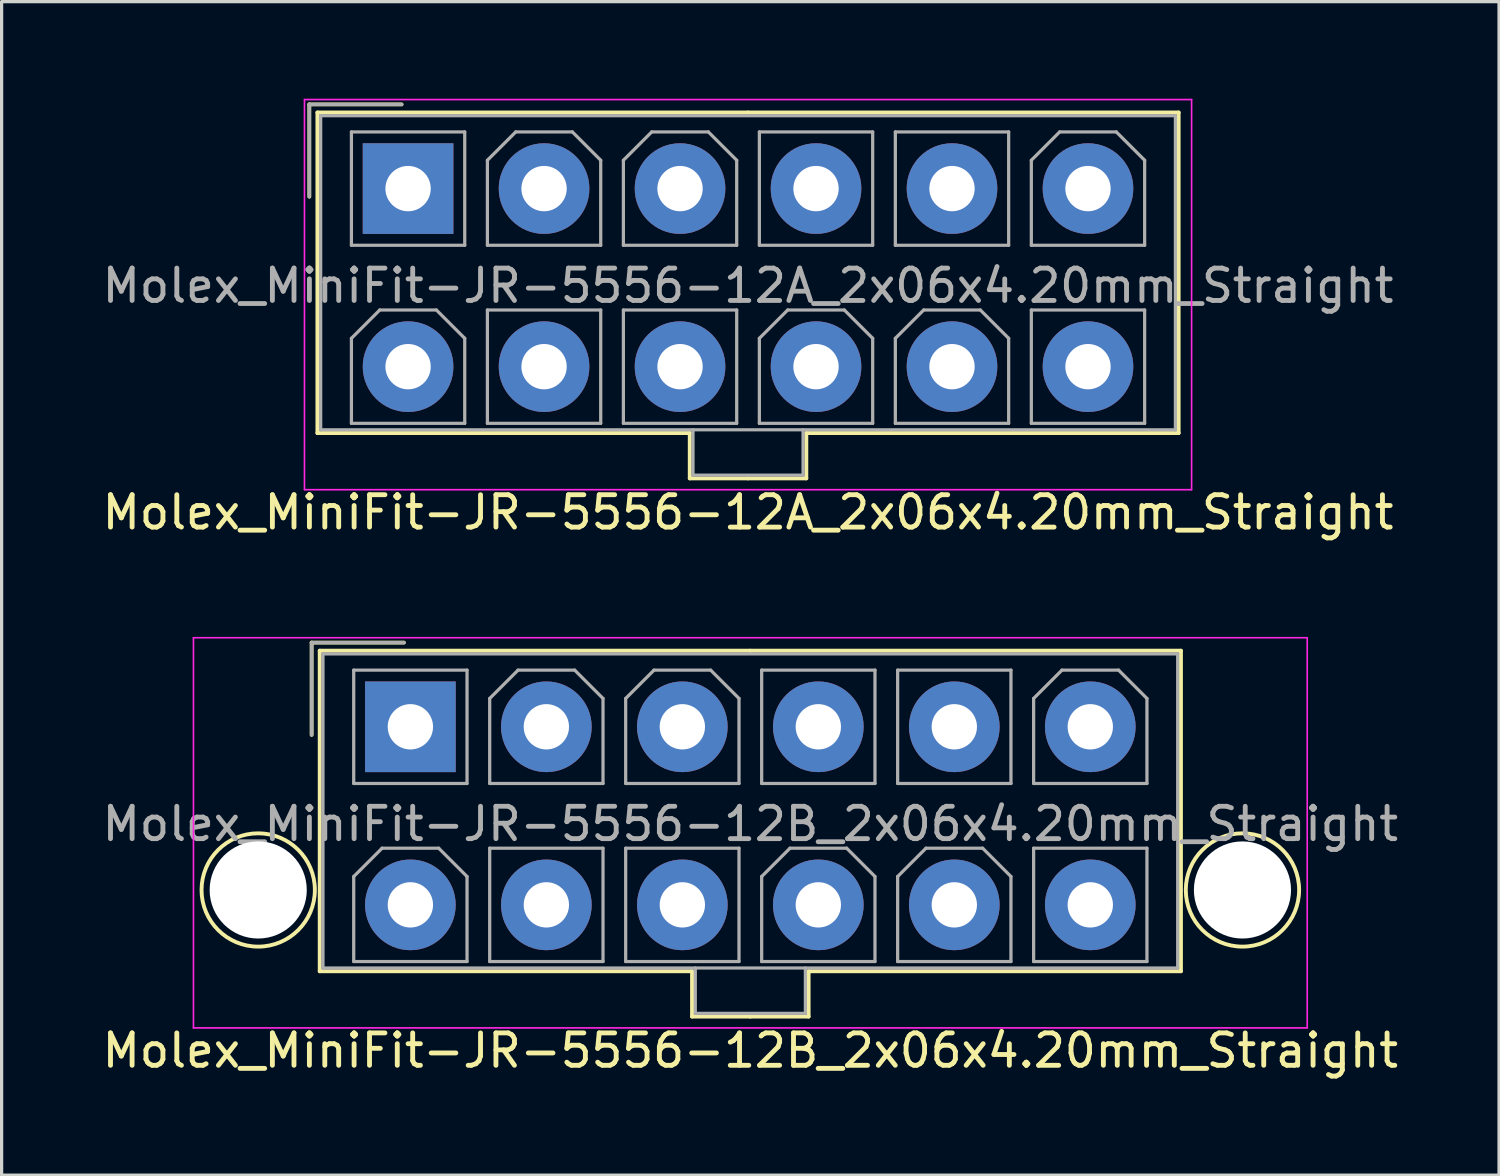
<source format=kicad_pcb>
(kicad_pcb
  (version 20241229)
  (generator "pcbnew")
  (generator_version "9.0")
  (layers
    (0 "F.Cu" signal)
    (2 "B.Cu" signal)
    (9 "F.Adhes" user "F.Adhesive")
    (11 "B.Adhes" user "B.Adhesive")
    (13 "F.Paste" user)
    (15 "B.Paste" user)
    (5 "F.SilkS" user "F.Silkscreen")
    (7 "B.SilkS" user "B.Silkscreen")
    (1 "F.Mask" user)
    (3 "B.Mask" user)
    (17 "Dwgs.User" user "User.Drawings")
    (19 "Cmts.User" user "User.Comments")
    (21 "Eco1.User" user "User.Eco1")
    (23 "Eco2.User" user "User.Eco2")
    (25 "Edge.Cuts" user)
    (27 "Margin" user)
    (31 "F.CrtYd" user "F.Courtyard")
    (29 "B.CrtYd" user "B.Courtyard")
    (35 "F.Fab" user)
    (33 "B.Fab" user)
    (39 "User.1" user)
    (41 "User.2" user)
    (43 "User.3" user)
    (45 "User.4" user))
  (footprint "Molex_MiniFit-JR-5556-12A_2x06x4.20mm_Straight"
    (layer "F.Cu")
    (at 9.554 2.775)
    (property "Reference" "Molex_MiniFit-JR-5556-12A_2x06x4.20mm_Straight" (at 10.5 10 0) (layer "F.SilkS") (effects (font (size 1 1) (thickness 0.15))))
    (attr through_hole)
    (fp_line (start -3.05 -2.6) (end -3.05 0.25) (stroke (width 0.12) (type solid)) (layer "F.SilkS"))
    (fp_line (start -2.8 -2.35) (end -2.8 7.55) (stroke (width 0.12) (type solid)) (layer "F.SilkS"))
    (fp_line (start -2.8 7.55) (end 8.7 7.55) (stroke (width 0.12) (type solid)) (layer "F.SilkS"))
    (fp_line (start -0.2 -2.6) (end -3.05 -2.6) (stroke (width 0.12) (type solid)) (layer "F.SilkS"))
    (fp_line (start 8.7 7.55) (end 8.7 8.95) (stroke (width 0.12) (type solid)) (layer "F.SilkS"))
    (fp_line (start 8.7 8.95) (end 10.5 8.95) (stroke (width 0.12) (type solid)) (layer "F.SilkS"))
    (fp_line (start 10.5 -2.35) (end -2.8 -2.35) (stroke (width 0.12) (type solid)) (layer "F.SilkS"))
    (fp_line (start 10.5 -2.35) (end 23.8 -2.35) (stroke (width 0.12) (type solid)) (layer "F.SilkS"))
    (fp_line (start 12.3 7.55) (end 12.3 8.95) (stroke (width 0.12) (type solid)) (layer "F.SilkS"))
    (fp_line (start 12.3 8.95) (end 10.5 8.95) (stroke (width 0.12) (type solid)) (layer "F.SilkS"))
    (fp_line (start 23.8 -2.35) (end 23.8 7.55) (stroke (width 0.12) (type solid)) (layer "F.SilkS"))
    (fp_line (start 23.8 7.55) (end 12.3 7.55) (stroke (width 0.12) (type solid)) (layer "F.SilkS"))
    (fp_line (start -3.2 -2.75) (end -3.2 9.3) (stroke (width 0.05) (type solid)) (layer "F.CrtYd"))
    (fp_line (start -3.2 9.3) (end 24.2 9.3) (stroke (width 0.05) (type solid)) (layer "F.CrtYd"))
    (fp_line (start 24.2 -2.75) (end -3.2 -2.75) (stroke (width 0.05) (type solid)) (layer "F.CrtYd"))
    (fp_line (start 24.2 9.3) (end 24.2 -2.75) (stroke (width 0.05) (type solid)) (layer "F.CrtYd"))
    (fp_line (start -3.05 -2.6) (end -3.05 0.25) (stroke (width 0.1) (type solid)) (layer "F.Fab"))
    (fp_line (start -2.7 -2.25) (end -2.7 7.45) (stroke (width 0.1) (type solid)) (layer "F.Fab"))
    (fp_line (start -2.7 7.45) (end 23.7 7.45) (stroke (width 0.1) (type solid)) (layer "F.Fab"))
    (fp_line (start -1.75 -1.75) (end -1.75 1.75) (stroke (width 0.1) (type solid)) (layer "F.Fab"))
    (fp_line (start -1.75 1.75) (end 1.75 1.75) (stroke (width 0.1) (type solid)) (layer "F.Fab"))
    (fp_line (start -1.75 4.625) (end -0.875 3.75) (stroke (width 0.1) (type solid)) (layer "F.Fab"))
    (fp_line (start -1.75 7.25) (end -1.75 4.625) (stroke (width 0.1) (type solid)) (layer "F.Fab"))
    (fp_line (start -0.875 3.75) (end 0.875 3.75) (stroke (width 0.1) (type solid)) (layer "F.Fab"))
    (fp_line (start -0.2 -2.6) (end -3.05 -2.6) (stroke (width 0.1) (type solid)) (layer "F.Fab"))
    (fp_line (start 0.875 3.75) (end 1.75 4.625) (stroke (width 0.1) (type solid)) (layer "F.Fab"))
    (fp_line (start 1.75 -1.75) (end -1.75 -1.75) (stroke (width 0.1) (type solid)) (layer "F.Fab"))
    (fp_line (start 1.75 1.75) (end 1.75 -1.75) (stroke (width 0.1) (type solid)) (layer "F.Fab"))
    (fp_line (start 1.75 4.625) (end 1.75 7.25) (stroke (width 0.1) (type solid)) (layer "F.Fab"))
    (fp_line (start 1.75 7.25) (end -1.75 7.25) (stroke (width 0.1) (type solid)) (layer "F.Fab"))
    (fp_line (start 2.45 -0.875) (end 3.325 -1.75) (stroke (width 0.1) (type solid)) (layer "F.Fab"))
    (fp_line (start 2.45 1.75) (end 2.45 -0.875) (stroke (width 0.1) (type solid)) (layer "F.Fab"))
    (fp_line (start 2.45 3.75) (end 2.45 7.25) (stroke (width 0.1) (type solid)) (layer "F.Fab"))
    (fp_line (start 2.45 7.25) (end 5.95 7.25) (stroke (width 0.1) (type solid)) (layer "F.Fab"))
    (fp_line (start 3.325 -1.75) (end 5.075 -1.75) (stroke (width 0.1) (type solid)) (layer "F.Fab"))
    (fp_line (start 5.075 -1.75) (end 5.95 -0.875) (stroke (width 0.1) (type solid)) (layer "F.Fab"))
    (fp_line (start 5.95 -0.875) (end 5.95 1.75) (stroke (width 0.1) (type solid)) (layer "F.Fab"))
    (fp_line (start 5.95 1.75) (end 2.45 1.75) (stroke (width 0.1) (type solid)) (layer "F.Fab"))
    (fp_line (start 5.95 3.75) (end 2.45 3.75) (stroke (width 0.1) (type solid)) (layer "F.Fab"))
    (fp_line (start 5.95 7.25) (end 5.95 3.75) (stroke (width 0.1) (type solid)) (layer "F.Fab"))
    (fp_line (start 6.65 -0.875) (end 7.525 -1.75) (stroke (width 0.1) (type solid)) (layer "F.Fab"))
    (fp_line (start 6.65 1.75) (end 6.65 -0.875) (stroke (width 0.1) (type solid)) (layer "F.Fab"))
    (fp_line (start 6.65 3.75) (end 6.65 7.25) (stroke (width 0.1) (type solid)) (layer "F.Fab"))
    (fp_line (start 6.65 7.25) (end 10.15 7.25) (stroke (width 0.1) (type solid)) (layer "F.Fab"))
    (fp_line (start 7.525 -1.75) (end 9.275 -1.75) (stroke (width 0.1) (type solid)) (layer "F.Fab"))
    (fp_line (start 8.8 7.45) (end 8.8 8.85) (stroke (width 0.1) (type solid)) (layer "F.Fab"))
    (fp_line (start 8.8 8.85) (end 12.2 8.85) (stroke (width 0.1) (type solid)) (layer "F.Fab"))
    (fp_line (start 9.275 -1.75) (end 10.15 -0.875) (stroke (width 0.1) (type solid)) (layer "F.Fab"))
    (fp_line (start 10.15 -0.875) (end 10.15 1.75) (stroke (width 0.1) (type solid)) (layer "F.Fab"))
    (fp_line (start 10.15 1.75) (end 6.65 1.75) (stroke (width 0.1) (type solid)) (layer "F.Fab"))
    (fp_line (start 10.15 3.75) (end 6.65 3.75) (stroke (width 0.1) (type solid)) (layer "F.Fab"))
    (fp_line (start 10.15 7.25) (end 10.15 3.75) (stroke (width 0.1) (type solid)) (layer "F.Fab"))
    (fp_line (start 10.85 -1.75) (end 10.85 1.75) (stroke (width 0.1) (type solid)) (layer "F.Fab"))
    (fp_line (start 10.85 1.75) (end 14.35 1.75) (stroke (width 0.1) (type solid)) (layer "F.Fab"))
    (fp_line (start 10.85 4.625) (end 11.725 3.75) (stroke (width 0.1) (type solid)) (layer "F.Fab"))
    (fp_line (start 10.85 7.25) (end 10.85 4.625) (stroke (width 0.1) (type solid)) (layer "F.Fab"))
    (fp_line (start 11.725 3.75) (end 13.475 3.75) (stroke (width 0.1) (type solid)) (layer "F.Fab"))
    (fp_line (start 12.2 8.85) (end 12.2 7.45) (stroke (width 0.1) (type solid)) (layer "F.Fab"))
    (fp_line (start 13.475 3.75) (end 14.35 4.625) (stroke (width 0.1) (type solid)) (layer "F.Fab"))
    (fp_line (start 14.35 -1.75) (end 10.85 -1.75) (stroke (width 0.1) (type solid)) (layer "F.Fab"))
    (fp_line (start 14.35 1.75) (end 14.35 -1.75) (stroke (width 0.1) (type solid)) (layer "F.Fab"))
    (fp_line (start 14.35 4.625) (end 14.35 7.25) (stroke (width 0.1) (type solid)) (layer "F.Fab"))
    (fp_line (start 14.35 7.25) (end 10.85 7.25) (stroke (width 0.1) (type solid)) (layer "F.Fab"))
    (fp_line (start 15.05 -1.75) (end 15.05 1.75) (stroke (width 0.1) (type solid)) (layer "F.Fab"))
    (fp_line (start 15.05 1.75) (end 18.55 1.75) (stroke (width 0.1) (type solid)) (layer "F.Fab"))
    (fp_line (start 15.05 4.625) (end 15.925 3.75) (stroke (width 0.1) (type solid)) (layer "F.Fab"))
    (fp_line (start 15.05 7.25) (end 15.05 4.625) (stroke (width 0.1) (type solid)) (layer "F.Fab"))
    (fp_line (start 15.925 3.75) (end 17.675 3.75) (stroke (width 0.1) (type solid)) (layer "F.Fab"))
    (fp_line (start 17.675 3.75) (end 18.55 4.625) (stroke (width 0.1) (type solid)) (layer "F.Fab"))
    (fp_line (start 18.55 -1.75) (end 15.05 -1.75) (stroke (width 0.1) (type solid)) (layer "F.Fab"))
    (fp_line (start 18.55 1.75) (end 18.55 -1.75) (stroke (width 0.1) (type solid)) (layer "F.Fab"))
    (fp_line (start 18.55 4.625) (end 18.55 7.25) (stroke (width 0.1) (type solid)) (layer "F.Fab"))
    (fp_line (start 18.55 7.25) (end 15.05 7.25) (stroke (width 0.1) (type solid)) (layer "F.Fab"))
    (fp_line (start 19.25 -0.875) (end 20.125 -1.75) (stroke (width 0.1) (type solid)) (layer "F.Fab"))
    (fp_line (start 19.25 1.75) (end 19.25 -0.875) (stroke (width 0.1) (type solid)) (layer "F.Fab"))
    (fp_line (start 19.25 3.75) (end 19.25 7.25) (stroke (width 0.1) (type solid)) (layer "F.Fab"))
    (fp_line (start 19.25 7.25) (end 22.75 7.25) (stroke (width 0.1) (type solid)) (layer "F.Fab"))
    (fp_line (start 20.125 -1.75) (end 21.875 -1.75) (stroke (width 0.1) (type solid)) (layer "F.Fab"))
    (fp_line (start 21.875 -1.75) (end 22.75 -0.875) (stroke (width 0.1) (type solid)) (layer "F.Fab"))
    (fp_line (start 22.75 -0.875) (end 22.75 1.75) (stroke (width 0.1) (type solid)) (layer "F.Fab"))
    (fp_line (start 22.75 1.75) (end 19.25 1.75) (stroke (width 0.1) (type solid)) (layer "F.Fab"))
    (fp_line (start 22.75 3.75) (end 19.25 3.75) (stroke (width 0.1) (type solid)) (layer "F.Fab"))
    (fp_line (start 22.75 7.25) (end 22.75 3.75) (stroke (width 0.1) (type solid)) (layer "F.Fab"))
    (fp_line (start 23.7 -2.25) (end -2.7 -2.25) (stroke (width 0.1) (type solid)) (layer "F.Fab"))
    (fp_line (start 23.7 7.45) (end 23.7 -2.25) (stroke (width 0.1) (type solid)) (layer "F.Fab"))
    (fp_text user "${REFERENCE}" (at 10.5 3 0) (layer "F.Fab") (effects (font (size 1 1) (thickness 0.15))))
    (pad "1" thru_hole rect (at 0 0) (size 2.8 2.8) (drill 1.4) (layers "*.Cu" "*.Mask"))
    (pad "2" thru_hole circle (at 4.2 0) (size 2.8 2.8) (drill 1.4) (layers "*.Cu" "*.Mask"))
    (pad "3" thru_hole circle (at 8.4 0) (size 2.8 2.8) (drill 1.4) (layers "*.Cu" "*.Mask"))
    (pad "4" thru_hole circle (at 12.6 0) (size 2.8 2.8) (drill 1.4) (layers "*.Cu" "*.Mask"))
    (pad "5" thru_hole circle (at 16.8 0) (size 2.8 2.8) (drill 1.4) (layers "*.Cu" "*.Mask"))
    (pad "6" thru_hole circle (at 21 0) (size 2.8 2.8) (drill 1.4) (layers "*.Cu" "*.Mask"))
    (pad "7" thru_hole circle (at 0 5.5) (size 2.8 2.8) (drill 1.4) (layers "*.Cu" "*.Mask"))
    (pad "8" thru_hole circle (at 4.2 5.5) (size 2.8 2.8) (drill 1.4) (layers "*.Cu" "*.Mask"))
    (pad "9" thru_hole circle (at 8.4 5.5) (size 2.8 2.8) (drill 1.4) (layers "*.Cu" "*.Mask"))
    (pad "10" thru_hole circle (at 12.6 5.5) (size 2.8 2.8) (drill 1.4) (layers "*.Cu" "*.Mask"))
    (pad "11" thru_hole circle (at 16.8 5.5) (size 2.8 2.8) (drill 1.4) (layers "*.Cu" "*.Mask"))
    (pad "12" thru_hole circle (at 21 5.5) (size 2.8 2.8) (drill 1.4) (layers "*.Cu" "*.Mask")))
  (footprint "Molex_MiniFit-JR-5556-12B_2x06x4.20mm_Straight"
    (layer "F.Cu")
    (at 9.625 19.398)
    (property "Reference" "Molex_MiniFit-JR-5556-12B_2x06x4.20mm_Straight" (at 10.5 10 0) (layer "F.SilkS") (effects (font (size 1 1) (thickness 0.15))))
    (attr through_hole)
    (fp_line (start -3.05 -2.6) (end -3.05 0.25) (stroke (width 0.12) (type solid)) (layer "F.SilkS"))
    (fp_line (start -2.8 -2.35) (end -2.8 7.55) (stroke (width 0.12) (type solid)) (layer "F.SilkS"))
    (fp_line (start -2.8 7.55) (end 8.7 7.55) (stroke (width 0.12) (type solid)) (layer "F.SilkS"))
    (fp_line (start -0.2 -2.6) (end -3.05 -2.6) (stroke (width 0.12) (type solid)) (layer "F.SilkS"))
    (fp_line (start 8.7 7.55) (end 8.7 8.95) (stroke (width 0.12) (type solid)) (layer "F.SilkS"))
    (fp_line (start 8.7 8.95) (end 10.5 8.95) (stroke (width 0.12) (type solid)) (layer "F.SilkS"))
    (fp_line (start 10.5 -2.35) (end -2.8 -2.35) (stroke (width 0.12) (type solid)) (layer "F.SilkS"))
    (fp_line (start 10.5 -2.35) (end 23.8 -2.35) (stroke (width 0.12) (type solid)) (layer "F.SilkS"))
    (fp_line (start 12.3 7.55) (end 12.3 8.95) (stroke (width 0.12) (type solid)) (layer "F.SilkS"))
    (fp_line (start 12.3 8.95) (end 10.5 8.95) (stroke (width 0.12) (type solid)) (layer "F.SilkS"))
    (fp_line (start 23.8 -2.35) (end 23.8 7.55) (stroke (width 0.12) (type solid)) (layer "F.SilkS"))
    (fp_line (start 23.8 7.55) (end 12.3 7.55) (stroke (width 0.12) (type solid)) (layer "F.SilkS"))
    (fp_circle (center -4.7 5.04) (end -2.95 5.04) (stroke (width 0.12) (type solid)) (fill no) (layer "F.SilkS"))
    (fp_circle (center 25.7 5.04) (end 27.45 5.04) (stroke (width 0.12) (type solid)) (fill no) (layer "F.SilkS"))
    (fp_line (start -6.7 -2.75) (end -6.7 9.3) (stroke (width 0.05) (type solid)) (layer "F.CrtYd"))
    (fp_line (start -6.7 9.3) (end 27.7 9.3) (stroke (width 0.05) (type solid)) (layer "F.CrtYd"))
    (fp_line (start 27.7 -2.75) (end -6.7 -2.75) (stroke (width 0.05) (type solid)) (layer "F.CrtYd"))
    (fp_line (start 27.7 9.3) (end 27.7 -2.75) (stroke (width 0.05) (type solid)) (layer "F.CrtYd"))
    (fp_line (start -3.05 -2.6) (end -3.05 0.25) (stroke (width 0.1) (type solid)) (layer "F.Fab"))
    (fp_line (start -2.7 -2.25) (end -2.7 7.45) (stroke (width 0.1) (type solid)) (layer "F.Fab"))
    (fp_line (start -2.7 7.45) (end 23.7 7.45) (stroke (width 0.1) (type solid)) (layer "F.Fab"))
    (fp_line (start -1.75 -1.75) (end -1.75 1.75) (stroke (width 0.1) (type solid)) (layer "F.Fab"))
    (fp_line (start -1.75 1.75) (end 1.75 1.75) (stroke (width 0.1) (type solid)) (layer "F.Fab"))
    (fp_line (start -1.75 4.625) (end -0.875 3.75) (stroke (width 0.1) (type solid)) (layer "F.Fab"))
    (fp_line (start -1.75 7.25) (end -1.75 4.625) (stroke (width 0.1) (type solid)) (layer "F.Fab"))
    (fp_line (start -0.875 3.75) (end 0.875 3.75) (stroke (width 0.1) (type solid)) (layer "F.Fab"))
    (fp_line (start -0.2 -2.6) (end -3.05 -2.6) (stroke (width 0.1) (type solid)) (layer "F.Fab"))
    (fp_line (start 0.875 3.75) (end 1.75 4.625) (stroke (width 0.1) (type solid)) (layer "F.Fab"))
    (fp_line (start 1.75 -1.75) (end -1.75 -1.75) (stroke (width 0.1) (type solid)) (layer "F.Fab"))
    (fp_line (start 1.75 1.75) (end 1.75 -1.75) (stroke (width 0.1) (type solid)) (layer "F.Fab"))
    (fp_line (start 1.75 4.625) (end 1.75 7.25) (stroke (width 0.1) (type solid)) (layer "F.Fab"))
    (fp_line (start 1.75 7.25) (end -1.75 7.25) (stroke (width 0.1) (type solid)) (layer "F.Fab"))
    (fp_line (start 2.45 -0.875) (end 3.325 -1.75) (stroke (width 0.1) (type solid)) (layer "F.Fab"))
    (fp_line (start 2.45 1.75) (end 2.45 -0.875) (stroke (width 0.1) (type solid)) (layer "F.Fab"))
    (fp_line (start 2.45 3.75) (end 2.45 7.25) (stroke (width 0.1) (type solid)) (layer "F.Fab"))
    (fp_line (start 2.45 7.25) (end 5.95 7.25) (stroke (width 0.1) (type solid)) (layer "F.Fab"))
    (fp_line (start 3.325 -1.75) (end 5.075 -1.75) (stroke (width 0.1) (type solid)) (layer "F.Fab"))
    (fp_line (start 5.075 -1.75) (end 5.95 -0.875) (stroke (width 0.1) (type solid)) (layer "F.Fab"))
    (fp_line (start 5.95 -0.875) (end 5.95 1.75) (stroke (width 0.1) (type solid)) (layer "F.Fab"))
    (fp_line (start 5.95 1.75) (end 2.45 1.75) (stroke (width 0.1) (type solid)) (layer "F.Fab"))
    (fp_line (start 5.95 3.75) (end 2.45 3.75) (stroke (width 0.1) (type solid)) (layer "F.Fab"))
    (fp_line (start 5.95 7.25) (end 5.95 3.75) (stroke (width 0.1) (type solid)) (layer "F.Fab"))
    (fp_line (start 6.65 -0.875) (end 7.525 -1.75) (stroke (width 0.1) (type solid)) (layer "F.Fab"))
    (fp_line (start 6.65 1.75) (end 6.65 -0.875) (stroke (width 0.1) (type solid)) (layer "F.Fab"))
    (fp_line (start 6.65 3.75) (end 6.65 7.25) (stroke (width 0.1) (type solid)) (layer "F.Fab"))
    (fp_line (start 6.65 7.25) (end 10.15 7.25) (stroke (width 0.1) (type solid)) (layer "F.Fab"))
    (fp_line (start 7.525 -1.75) (end 9.275 -1.75) (stroke (width 0.1) (type solid)) (layer "F.Fab"))
    (fp_line (start 8.8 7.45) (end 8.8 8.85) (stroke (width 0.1) (type solid)) (layer "F.Fab"))
    (fp_line (start 8.8 8.85) (end 12.2 8.85) (stroke (width 0.1) (type solid)) (layer "F.Fab"))
    (fp_line (start 9.275 -1.75) (end 10.15 -0.875) (stroke (width 0.1) (type solid)) (layer "F.Fab"))
    (fp_line (start 10.15 -0.875) (end 10.15 1.75) (stroke (width 0.1) (type solid)) (layer "F.Fab"))
    (fp_line (start 10.15 1.75) (end 6.65 1.75) (stroke (width 0.1) (type solid)) (layer "F.Fab"))
    (fp_line (start 10.15 3.75) (end 6.65 3.75) (stroke (width 0.1) (type solid)) (layer "F.Fab"))
    (fp_line (start 10.15 7.25) (end 10.15 3.75) (stroke (width 0.1) (type solid)) (layer "F.Fab"))
    (fp_line (start 10.85 -1.75) (end 10.85 1.75) (stroke (width 0.1) (type solid)) (layer "F.Fab"))
    (fp_line (start 10.85 1.75) (end 14.35 1.75) (stroke (width 0.1) (type solid)) (layer "F.Fab"))
    (fp_line (start 10.85 4.625) (end 11.725 3.75) (stroke (width 0.1) (type solid)) (layer "F.Fab"))
    (fp_line (start 10.85 7.25) (end 10.85 4.625) (stroke (width 0.1) (type solid)) (layer "F.Fab"))
    (fp_line (start 11.725 3.75) (end 13.475 3.75) (stroke (width 0.1) (type solid)) (layer "F.Fab"))
    (fp_line (start 12.2 8.85) (end 12.2 7.45) (stroke (width 0.1) (type solid)) (layer "F.Fab"))
    (fp_line (start 13.475 3.75) (end 14.35 4.625) (stroke (width 0.1) (type solid)) (layer "F.Fab"))
    (fp_line (start 14.35 -1.75) (end 10.85 -1.75) (stroke (width 0.1) (type solid)) (layer "F.Fab"))
    (fp_line (start 14.35 1.75) (end 14.35 -1.75) (stroke (width 0.1) (type solid)) (layer "F.Fab"))
    (fp_line (start 14.35 4.625) (end 14.35 7.25) (stroke (width 0.1) (type solid)) (layer "F.Fab"))
    (fp_line (start 14.35 7.25) (end 10.85 7.25) (stroke (width 0.1) (type solid)) (layer "F.Fab"))
    (fp_line (start 15.05 -1.75) (end 15.05 1.75) (stroke (width 0.1) (type solid)) (layer "F.Fab"))
    (fp_line (start 15.05 1.75) (end 18.55 1.75) (stroke (width 0.1) (type solid)) (layer "F.Fab"))
    (fp_line (start 15.05 4.625) (end 15.925 3.75) (stroke (width 0.1) (type solid)) (layer "F.Fab"))
    (fp_line (start 15.05 7.25) (end 15.05 4.625) (stroke (width 0.1) (type solid)) (layer "F.Fab"))
    (fp_line (start 15.925 3.75) (end 17.675 3.75) (stroke (width 0.1) (type solid)) (layer "F.Fab"))
    (fp_line (start 17.675 3.75) (end 18.55 4.625) (stroke (width 0.1) (type solid)) (layer "F.Fab"))
    (fp_line (start 18.55 -1.75) (end 15.05 -1.75) (stroke (width 0.1) (type solid)) (layer "F.Fab"))
    (fp_line (start 18.55 1.75) (end 18.55 -1.75) (stroke (width 0.1) (type solid)) (layer "F.Fab"))
    (fp_line (start 18.55 4.625) (end 18.55 7.25) (stroke (width 0.1) (type solid)) (layer "F.Fab"))
    (fp_line (start 18.55 7.25) (end 15.05 7.25) (stroke (width 0.1) (type solid)) (layer "F.Fab"))
    (fp_line (start 19.25 -0.875) (end 20.125 -1.75) (stroke (width 0.1) (type solid)) (layer "F.Fab"))
    (fp_line (start 19.25 1.75) (end 19.25 -0.875) (stroke (width 0.1) (type solid)) (layer "F.Fab"))
    (fp_line (start 19.25 3.75) (end 19.25 7.25) (stroke (width 0.1) (type solid)) (layer "F.Fab"))
    (fp_line (start 19.25 7.25) (end 22.75 7.25) (stroke (width 0.1) (type solid)) (layer "F.Fab"))
    (fp_line (start 20.125 -1.75) (end 21.875 -1.75) (stroke (width 0.1) (type solid)) (layer "F.Fab"))
    (fp_line (start 21.875 -1.75) (end 22.75 -0.875) (stroke (width 0.1) (type solid)) (layer "F.Fab"))
    (fp_line (start 22.75 -0.875) (end 22.75 1.75) (stroke (width 0.1) (type solid)) (layer "F.Fab"))
    (fp_line (start 22.75 1.75) (end 19.25 1.75) (stroke (width 0.1) (type solid)) (layer "F.Fab"))
    (fp_line (start 22.75 3.75) (end 19.25 3.75) (stroke (width 0.1) (type solid)) (layer "F.Fab"))
    (fp_line (start 22.75 7.25) (end 22.75 3.75) (stroke (width 0.1) (type solid)) (layer "F.Fab"))
    (fp_line (start 23.7 -2.25) (end -2.7 -2.25) (stroke (width 0.1) (type solid)) (layer "F.Fab"))
    (fp_line (start 23.7 7.45) (end 23.7 -2.25) (stroke (width 0.1) (type solid)) (layer "F.Fab"))
    (fp_text user "${REFERENCE}" (at 10.5 3 0) (layer "F.Fab") (effects (font (size 1 1) (thickness 0.15))))
    (pad "" np_thru_hole circle (at -4.7 5.04) (size 3 3) (drill 3) (layers "*.Cu" "*.Mask"))
    (pad "" np_thru_hole circle (at 25.7 5.04) (size 3 3) (drill 3) (layers "*.Cu" "*.Mask"))
    (pad "1" thru_hole rect (at 0 0) (size 2.8 2.8) (drill 1.4) (layers "*.Cu" "*.Mask"))
    (pad "2" thru_hole circle (at 4.2 0) (size 2.8 2.8) (drill 1.4) (layers "*.Cu" "*.Mask"))
    (pad "3" thru_hole circle (at 8.4 0) (size 2.8 2.8) (drill 1.4) (layers "*.Cu" "*.Mask"))
    (pad "4" thru_hole circle (at 12.6 0) (size 2.8 2.8) (drill 1.4) (layers "*.Cu" "*.Mask"))
    (pad "5" thru_hole circle (at 16.8 0) (size 2.8 2.8) (drill 1.4) (layers "*.Cu" "*.Mask"))
    (pad "6" thru_hole circle (at 21 0) (size 2.8 2.8) (drill 1.4) (layers "*.Cu" "*.Mask"))
    (pad "7" thru_hole circle (at 0 5.5) (size 2.8 2.8) (drill 1.4) (layers "*.Cu" "*.Mask"))
    (pad "8" thru_hole circle (at 4.2 5.5) (size 2.8 2.8) (drill 1.4) (layers "*.Cu" "*.Mask"))
    (pad "9" thru_hole circle (at 8.4 5.5) (size 2.8 2.8) (drill 1.4) (layers "*.Cu" "*.Mask"))
    (pad "10" thru_hole circle (at 12.6 5.5) (size 2.8 2.8) (drill 1.4) (layers "*.Cu" "*.Mask"))
    (pad "11" thru_hole circle (at 16.8 5.5) (size 2.8 2.8) (drill 1.4) (layers "*.Cu" "*.Mask"))
    (pad "12" thru_hole circle (at 21 5.5) (size 2.8 2.8) (drill 1.4) (layers "*.Cu" "*.Mask")))
  (gr_rect
    (start -3 -3)
    (end 43.25 33.246)
    (stroke (width 0.1) (type default))
    (fill no)
    (layer "Edge.Cuts")))
</source>
